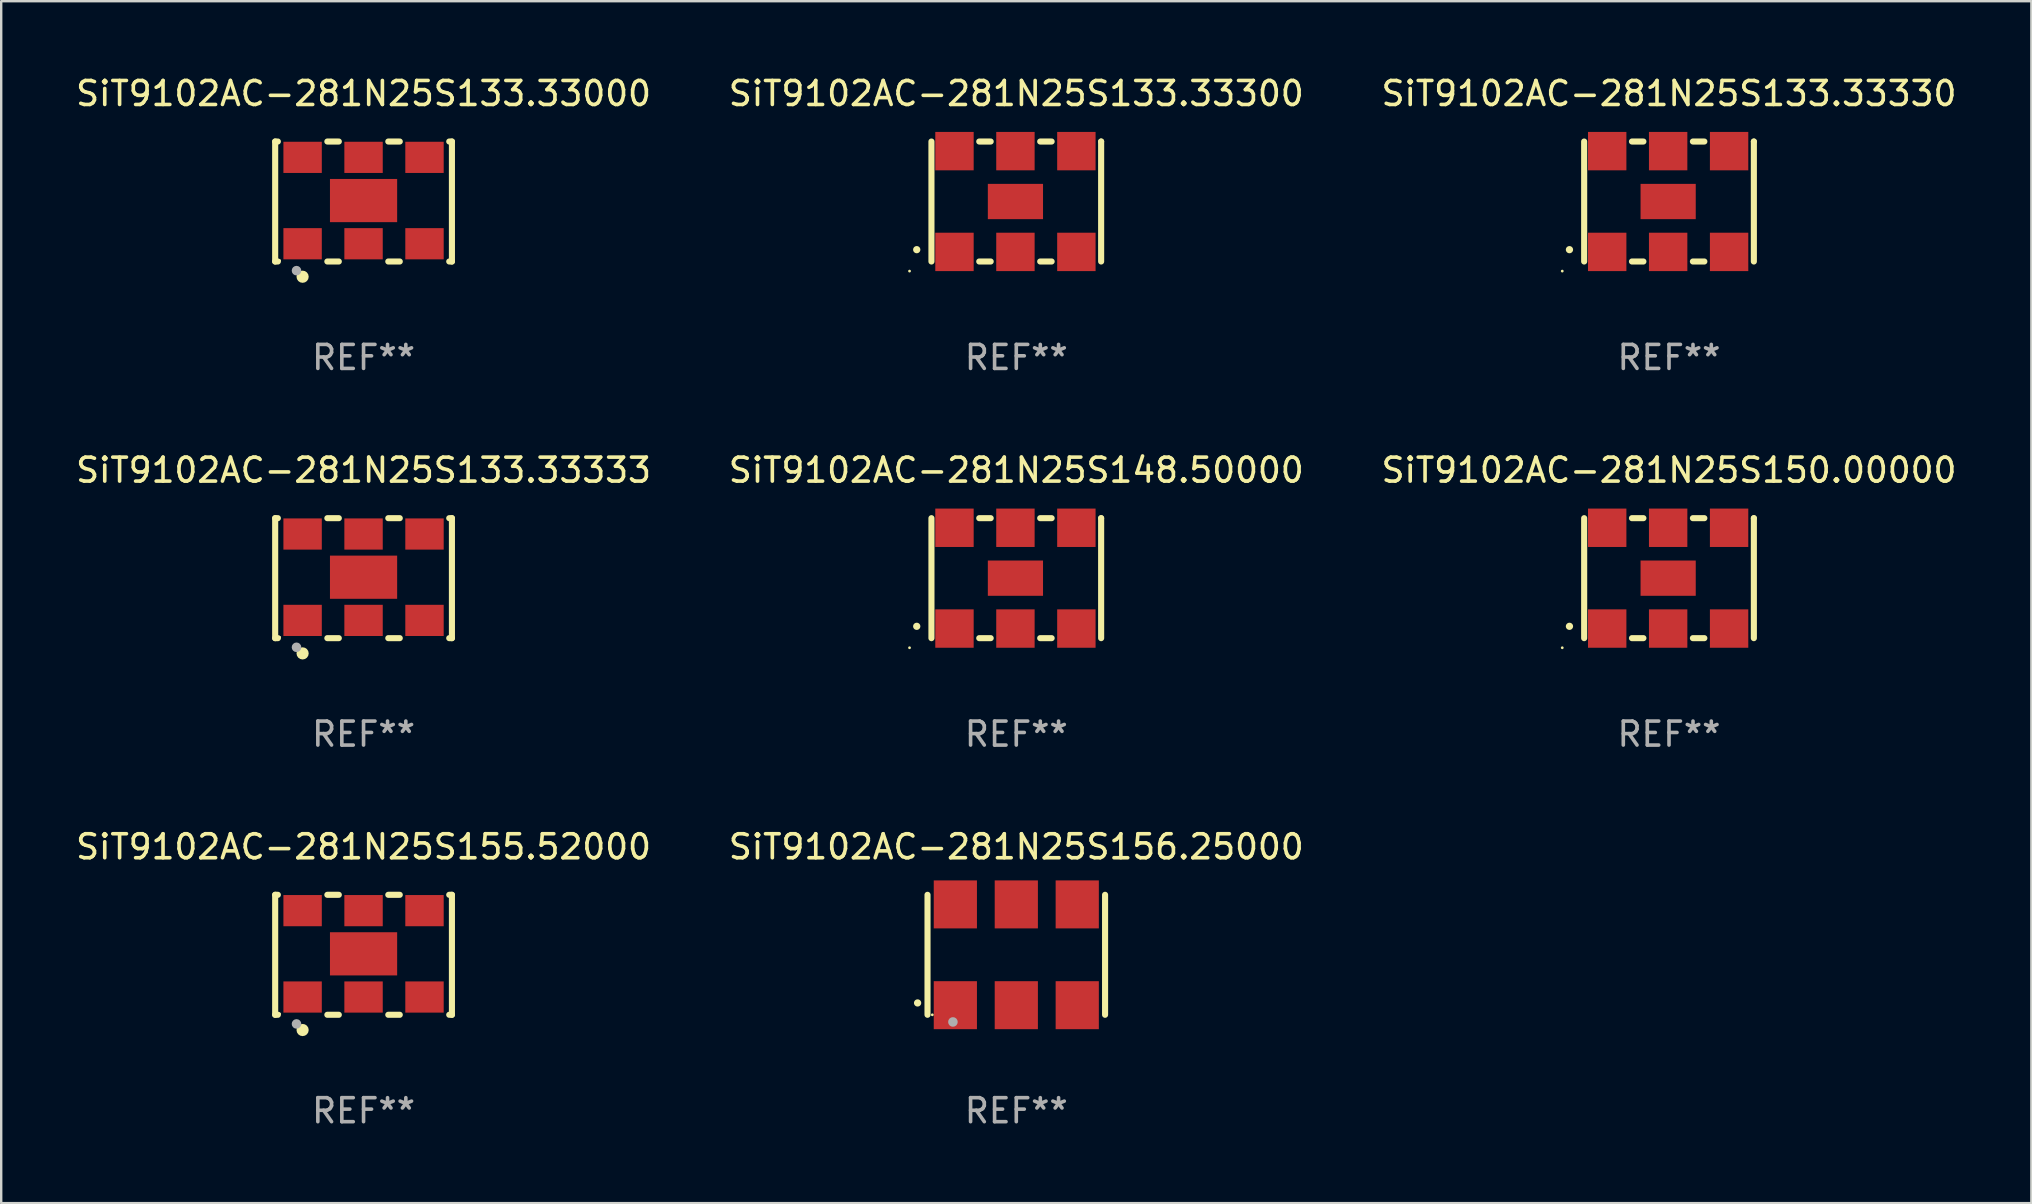
<source format=kicad_pcb>
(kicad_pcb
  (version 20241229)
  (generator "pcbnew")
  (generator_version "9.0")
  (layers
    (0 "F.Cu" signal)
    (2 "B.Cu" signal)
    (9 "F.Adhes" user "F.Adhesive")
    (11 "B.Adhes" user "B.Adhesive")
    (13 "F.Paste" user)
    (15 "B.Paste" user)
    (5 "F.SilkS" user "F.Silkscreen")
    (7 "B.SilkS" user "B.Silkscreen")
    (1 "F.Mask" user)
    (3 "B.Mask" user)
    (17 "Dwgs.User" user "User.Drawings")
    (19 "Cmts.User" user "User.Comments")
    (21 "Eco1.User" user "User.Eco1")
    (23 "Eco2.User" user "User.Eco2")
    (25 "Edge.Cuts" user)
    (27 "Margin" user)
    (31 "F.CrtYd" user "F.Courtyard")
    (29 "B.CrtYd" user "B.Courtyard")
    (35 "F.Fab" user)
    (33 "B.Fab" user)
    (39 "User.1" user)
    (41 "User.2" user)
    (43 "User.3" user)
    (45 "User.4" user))
  (footprint "SiT9102AC-281N25S148.50000"
    (layer "F.Cu")
    (at 39.304 21.045)
    (property "Reference" "SiT9102AC-281N25S148.50000" (at 0 -4.5 0) (layer "F.SilkS") (effects (font (size 1 1) (thickness 0.15))))
    (attr through_hole)
    (fp_line (start -3.536 -2.5) (end -3.536 2.5) (stroke (width 0.254) (type solid)) (layer "F.SilkS"))
    (fp_line (start -1.544 2.5) (end -1.067 2.5) (stroke (width 0.254) (type solid)) (layer "F.SilkS"))
    (fp_line (start -1.067 -2.5) (end -1.544 -2.5) (stroke (width 0.254) (type solid)) (layer "F.SilkS"))
    (fp_line (start 0.996 2.5) (end 1.473 2.5) (stroke (width 0.254) (type solid)) (layer "F.SilkS"))
    (fp_line (start 1.473 -2.5) (end 0.996 -2.5) (stroke (width 0.254) (type solid)) (layer "F.SilkS"))
    (fp_line (start 3.536 -2.5) (end 3.536 -2.5) (stroke (width 0.254) (type solid)) (layer "F.SilkS"))
    (fp_line (start 3.536 2.5) (end 3.536 -2.5) (stroke (width 0.254) (type solid)) (layer "F.SilkS"))
    (fp_arc (start -4.150432 2.006604) (mid -4.149162 2.006599) (end -4.147892 2.006604) (stroke (width 0.3) (type solid)) (layer "F.SilkS"))
    (fp_circle (center -4.449 2.9) (end -4.419 2.9) (stroke (width 0.06) (type solid)) (fill no) (layer "F.SilkS"))
    (fp_text user "REF**" (at 0 6.5 0) (layer "F.Fab") (effects (font (size 1 1) (thickness 0.15))))
    (pad "1" smd rect (at -2.576 2.1) (size 1.6 1.6) (layers "F.Cu" "F.Mask" "F.Paste"))
    (pad "2" smd rect (at -0.036 2.1) (size 1.6 1.6) (layers "F.Cu" "F.Mask" "F.Paste"))
    (pad "3" smd rect (at 2.504 2.1) (size 1.6 1.6) (layers "F.Cu" "F.Mask" "F.Paste"))
    (pad "4" smd rect (at 2.504 -2.1) (size 1.6 1.6) (layers "F.Cu" "F.Mask" "F.Paste"))
    (pad "5" smd rect (at -0.036 -2.1) (size 1.6 1.6) (layers "F.Cu" "F.Mask" "F.Paste"))
    (pad "6" smd rect (at -2.576 -2.1) (size 1.6 1.6) (layers "F.Cu" "F.Mask" "F.Paste"))
    (pad "7" smd rect (at -0.036 0) (size 2.3 1.47) (layers "F.Cu" "F.Mask" "F.Paste")))
  (footprint "SiT9102AC-281N25S156.25000"
    (layer "F.Cu")
    (at 39.304 36.741)
    (property "Reference" "SiT9102AC-281N25S156.25000" (at 0 -4.5 0) (layer "F.SilkS") (effects (font (size 1 1) (thickness 0.15))))
    (attr through_hole)
    (fp_line (start -3.7 -2.5) (end -3.7 2.5) (stroke (width 0.254) (type solid)) (layer "F.SilkS"))
    (fp_line (start 3.7 -2.5) (end 3.7 2.5) (stroke (width 0.254) (type solid)) (layer "F.SilkS"))
    (fp_arc (start -4.114415 2.006604) (mid -4.113145 2.006599) (end -4.111875 2.006604) (stroke (width 0.3) (type solid)) (layer "F.SilkS"))
    (fp_circle (center -3.5 2.501) (end -3.47 2.501) (stroke (width 0.06) (type solid)) (fill no) (layer "F.SilkS"))
    (fp_circle (center -2.641 2.799) (end -2.541 2.799) (stroke (width 0.2) (type solid)) (fill no) (layer "F.Fab"))
    (fp_text user "REF**" (at 0 6.5 0) (layer "F.Fab") (effects (font (size 1 1) (thickness 0.15))))
    (pad "1" smd rect (at -2.54 2.1) (size 1.8 2) (layers "F.Cu" "F.Mask" "F.Paste"))
    (pad "2" smd rect (at 0.000394 2.1) (size 1.8 2) (layers "F.Cu" "F.Mask" "F.Paste"))
    (pad "3" smd rect (at 2.54 2.1) (size 1.8 2) (layers "F.Cu" "F.Mask" "F.Paste"))
    (pad "4" smd rect (at 2.54 -2.1) (size 1.8 2) (layers "F.Cu" "F.Mask" "F.Paste"))
    (pad "5" smd rect (at 0.000394 -2.1) (size 1.8 2) (layers "F.Cu" "F.Mask" "F.Paste"))
    (pad "6" smd rect (at -2.54 -2.1) (size 1.8 2) (layers "F.Cu" "F.Mask" "F.Paste")))
  (footprint "SiT9102AC-281N25S155.52000"
    (layer "F.Cu")
    (at 12.101 36.741)
    (property "Reference" "SiT9102AC-281N25S155.52000" (at 0 -4.5 0) (layer "F.SilkS") (effects (font (size 1 1) (thickness 0.15))))
    (attr through_hole)
    (fp_line (start -3.683 -2.5) (end -3.571 -2.5) (stroke (width 0.254) (type solid)) (layer "F.SilkS"))
    (fp_line (start -3.683 2.5) (end -3.683 -2.5) (stroke (width 0.254) (type solid)) (layer "F.SilkS"))
    (fp_line (start -3.683 2.5) (end -3.571 2.5) (stroke (width 0.254) (type solid)) (layer "F.SilkS"))
    (fp_line (start -1.509 -2.5) (end -1.031 -2.5) (stroke (width 0.254) (type solid)) (layer "F.SilkS"))
    (fp_line (start -1.509 2.5) (end -1.031 2.5) (stroke (width 0.254) (type solid)) (layer "F.SilkS"))
    (fp_line (start 1.031 -2.5) (end 1.509 -2.5) (stroke (width 0.254) (type solid)) (layer "F.SilkS"))
    (fp_line (start 1.031 2.5) (end 1.509 2.5) (stroke (width 0.254) (type solid)) (layer "F.SilkS"))
    (fp_line (start 3.571 -2.5) (end 3.683 -2.5) (stroke (width 0.254) (type solid)) (layer "F.SilkS"))
    (fp_line (start 3.571 2.5) (end 3.683 2.5) (stroke (width 0.254) (type solid)) (layer "F.SilkS"))
    (fp_line (start 3.683 2.5) (end 3.683 -2.5) (stroke (width 0.254) (type solid)) (layer "F.SilkS"))
    (fp_circle (center -3.5 2.46) (end -3.47 2.46) (stroke (width 0.06) (type solid)) (fill no) (layer "F.SilkS"))
    (fp_circle (center -2.54 3.135) (end -2.413 3.135) (stroke (width 0.254) (type solid)) (fill no) (layer "F.SilkS"))
    (fp_circle (center -2.794 2.881) (end -2.694 2.881) (stroke (width 0.2) (type solid)) (fill no) (layer "F.Fab"))
    (fp_text user "REF**" (at 0 6.5 0) (layer "F.Fab") (effects (font (size 1 1) (thickness 0.15))))
    (pad "1" smd rect (at -2.54 1.76) (size 1.6 1.3) (layers "F.Cu" "F.Mask" "F.Paste"))
    (pad "2" smd rect (at 0 1.76) (size 1.6 1.3) (layers "F.Cu" "F.Mask" "F.Paste"))
    (pad "3" smd rect (at 2.54 1.76) (size 1.6 1.3) (layers "F.Cu" "F.Mask" "F.Paste"))
    (pad "4" smd rect (at 2.54 -1.84) (size 1.6 1.3) (layers "F.Cu" "F.Mask" "F.Paste"))
    (pad "5" smd rect (at 0 -1.84) (size 1.6 1.3) (layers "F.Cu" "F.Mask" "F.Paste"))
    (pad "6" smd rect (at -2.54 -1.84) (size 1.6 1.3) (layers "F.Cu" "F.Mask" "F.Paste"))
    (pad "7" smd rect (at 0 -0.04) (size 2.8 1.8) (layers "F.Cu" "F.Mask" "F.Paste")))
  (footprint "SiT9102AC-281N25S133.33330"
    (layer "F.Cu")
    (at 66.506 5.348)
    (property "Reference" "SiT9102AC-281N25S133.33330" (at 0 -4.5 0) (layer "F.SilkS") (effects (font (size 1 1) (thickness 0.15))))
    (attr through_hole)
    (fp_line (start -3.536 -2.5) (end -3.536 2.5) (stroke (width 0.254) (type solid)) (layer "F.SilkS"))
    (fp_line (start -1.544 2.5) (end -1.067 2.5) (stroke (width 0.254) (type solid)) (layer "F.SilkS"))
    (fp_line (start -1.067 -2.5) (end -1.544 -2.5) (stroke (width 0.254) (type solid)) (layer "F.SilkS"))
    (fp_line (start 0.996 2.5) (end 1.473 2.5) (stroke (width 0.254) (type solid)) (layer "F.SilkS"))
    (fp_line (start 1.473 -2.5) (end 0.996 -2.5) (stroke (width 0.254) (type solid)) (layer "F.SilkS"))
    (fp_line (start 3.536 -2.5) (end 3.536 -2.5) (stroke (width 0.254) (type solid)) (layer "F.SilkS"))
    (fp_line (start 3.536 2.5) (end 3.536 -2.5) (stroke (width 0.254) (type solid)) (layer "F.SilkS"))
    (fp_arc (start -4.150432 2.006604) (mid -4.149162 2.006599) (end -4.147892 2.006604) (stroke (width 0.3) (type solid)) (layer "F.SilkS"))
    (fp_circle (center -4.449 2.9) (end -4.419 2.9) (stroke (width 0.06) (type solid)) (fill no) (layer "F.SilkS"))
    (fp_text user "REF**" (at 0 6.5 0) (layer "F.Fab") (effects (font (size 1 1) (thickness 0.15))))
    (pad "1" smd rect (at -2.576 2.1) (size 1.6 1.6) (layers "F.Cu" "F.Mask" "F.Paste"))
    (pad "2" smd rect (at -0.036 2.1) (size 1.6 1.6) (layers "F.Cu" "F.Mask" "F.Paste"))
    (pad "3" smd rect (at 2.504 2.1) (size 1.6 1.6) (layers "F.Cu" "F.Mask" "F.Paste"))
    (pad "4" smd rect (at 2.504 -2.1) (size 1.6 1.6) (layers "F.Cu" "F.Mask" "F.Paste"))
    (pad "5" smd rect (at -0.036 -2.1) (size 1.6 1.6) (layers "F.Cu" "F.Mask" "F.Paste"))
    (pad "6" smd rect (at -2.576 -2.1) (size 1.6 1.6) (layers "F.Cu" "F.Mask" "F.Paste"))
    (pad "7" smd rect (at -0.036 0) (size 2.3 1.47) (layers "F.Cu" "F.Mask" "F.Paste")))
  (footprint "SiT9102AC-281N25S133.33000"
    (layer "F.Cu")
    (at 12.101 5.348)
    (property "Reference" "SiT9102AC-281N25S133.33000" (at 0 -4.5 0) (layer "F.SilkS") (effects (font (size 1 1) (thickness 0.15))))
    (attr through_hole)
    (fp_line (start -3.683 -2.5) (end -3.571 -2.5) (stroke (width 0.254) (type solid)) (layer "F.SilkS"))
    (fp_line (start -3.683 2.5) (end -3.683 -2.5) (stroke (width 0.254) (type solid)) (layer "F.SilkS"))
    (fp_line (start -3.683 2.5) (end -3.571 2.5) (stroke (width 0.254) (type solid)) (layer "F.SilkS"))
    (fp_line (start -1.509 -2.5) (end -1.031 -2.5) (stroke (width 0.254) (type solid)) (layer "F.SilkS"))
    (fp_line (start -1.509 2.5) (end -1.031 2.5) (stroke (width 0.254) (type solid)) (layer "F.SilkS"))
    (fp_line (start 1.031 -2.5) (end 1.509 -2.5) (stroke (width 0.254) (type solid)) (layer "F.SilkS"))
    (fp_line (start 1.031 2.5) (end 1.509 2.5) (stroke (width 0.254) (type solid)) (layer "F.SilkS"))
    (fp_line (start 3.571 -2.5) (end 3.683 -2.5) (stroke (width 0.254) (type solid)) (layer "F.SilkS"))
    (fp_line (start 3.571 2.5) (end 3.683 2.5) (stroke (width 0.254) (type solid)) (layer "F.SilkS"))
    (fp_line (start 3.683 2.5) (end 3.683 -2.5) (stroke (width 0.254) (type solid)) (layer "F.SilkS"))
    (fp_circle (center -3.5 2.46) (end -3.47 2.46) (stroke (width 0.06) (type solid)) (fill no) (layer "F.SilkS"))
    (fp_circle (center -2.54 3.135) (end -2.413 3.135) (stroke (width 0.254) (type solid)) (fill no) (layer "F.SilkS"))
    (fp_circle (center -2.794 2.881) (end -2.694 2.881) (stroke (width 0.2) (type solid)) (fill no) (layer "F.Fab"))
    (fp_text user "REF**" (at 0 6.5 0) (layer "F.Fab") (effects (font (size 1 1) (thickness 0.15))))
    (pad "1" smd rect (at -2.54 1.76) (size 1.6 1.3) (layers "F.Cu" "F.Mask" "F.Paste"))
    (pad "2" smd rect (at 0 1.76) (size 1.6 1.3) (layers "F.Cu" "F.Mask" "F.Paste"))
    (pad "3" smd rect (at 2.54 1.76) (size 1.6 1.3) (layers "F.Cu" "F.Mask" "F.Paste"))
    (pad "4" smd rect (at 2.54 -1.84) (size 1.6 1.3) (layers "F.Cu" "F.Mask" "F.Paste"))
    (pad "5" smd rect (at 0 -1.84) (size 1.6 1.3) (layers "F.Cu" "F.Mask" "F.Paste"))
    (pad "6" smd rect (at -2.54 -1.84) (size 1.6 1.3) (layers "F.Cu" "F.Mask" "F.Paste"))
    (pad "7" smd rect (at 0 -0.04) (size 2.8 1.8) (layers "F.Cu" "F.Mask" "F.Paste")))
  (footprint "SiT9102AC-281N25S133.33300"
    (layer "F.Cu")
    (at 39.304 5.348)
    (property "Reference" "SiT9102AC-281N25S133.33300" (at 0 -4.5 0) (layer "F.SilkS") (effects (font (size 1 1) (thickness 0.15))))
    (attr through_hole)
    (fp_line (start -3.536 -2.5) (end -3.536 2.5) (stroke (width 0.254) (type solid)) (layer "F.SilkS"))
    (fp_line (start -1.544 2.5) (end -1.067 2.5) (stroke (width 0.254) (type solid)) (layer "F.SilkS"))
    (fp_line (start -1.067 -2.5) (end -1.544 -2.5) (stroke (width 0.254) (type solid)) (layer "F.SilkS"))
    (fp_line (start 0.996 2.5) (end 1.473 2.5) (stroke (width 0.254) (type solid)) (layer "F.SilkS"))
    (fp_line (start 1.473 -2.5) (end 0.996 -2.5) (stroke (width 0.254) (type solid)) (layer "F.SilkS"))
    (fp_line (start 3.536 -2.5) (end 3.536 -2.5) (stroke (width 0.254) (type solid)) (layer "F.SilkS"))
    (fp_line (start 3.536 2.5) (end 3.536 -2.5) (stroke (width 0.254) (type solid)) (layer "F.SilkS"))
    (fp_arc (start -4.150432 2.006604) (mid -4.149162 2.006599) (end -4.147892 2.006604) (stroke (width 0.3) (type solid)) (layer "F.SilkS"))
    (fp_circle (center -4.449 2.9) (end -4.419 2.9) (stroke (width 0.06) (type solid)) (fill no) (layer "F.SilkS"))
    (fp_text user "REF**" (at 0 6.5 0) (layer "F.Fab") (effects (font (size 1 1) (thickness 0.15))))
    (pad "1" smd rect (at -2.576 2.1) (size 1.6 1.6) (layers "F.Cu" "F.Mask" "F.Paste"))
    (pad "2" smd rect (at -0.036 2.1) (size 1.6 1.6) (layers "F.Cu" "F.Mask" "F.Paste"))
    (pad "3" smd rect (at 2.504 2.1) (size 1.6 1.6) (layers "F.Cu" "F.Mask" "F.Paste"))
    (pad "4" smd rect (at 2.504 -2.1) (size 1.6 1.6) (layers "F.Cu" "F.Mask" "F.Paste"))
    (pad "5" smd rect (at -0.036 -2.1) (size 1.6 1.6) (layers "F.Cu" "F.Mask" "F.Paste"))
    (pad "6" smd rect (at -2.576 -2.1) (size 1.6 1.6) (layers "F.Cu" "F.Mask" "F.Paste"))
    (pad "7" smd rect (at -0.036 0) (size 2.3 1.47) (layers "F.Cu" "F.Mask" "F.Paste")))
  (footprint "SiT9102AC-281N25S133.33333"
    (layer "F.Cu")
    (at 12.101 21.045)
    (property "Reference" "SiT9102AC-281N25S133.33333" (at 0 -4.5 0) (layer "F.SilkS") (effects (font (size 1 1) (thickness 0.15))))
    (attr through_hole)
    (fp_line (start -3.683 -2.5) (end -3.571 -2.5) (stroke (width 0.254) (type solid)) (layer "F.SilkS"))
    (fp_line (start -3.683 2.5) (end -3.683 -2.5) (stroke (width 0.254) (type solid)) (layer "F.SilkS"))
    (fp_line (start -3.683 2.5) (end -3.571 2.5) (stroke (width 0.254) (type solid)) (layer "F.SilkS"))
    (fp_line (start -1.509 -2.5) (end -1.031 -2.5) (stroke (width 0.254) (type solid)) (layer "F.SilkS"))
    (fp_line (start -1.509 2.5) (end -1.031 2.5) (stroke (width 0.254) (type solid)) (layer "F.SilkS"))
    (fp_line (start 1.031 -2.5) (end 1.509 -2.5) (stroke (width 0.254) (type solid)) (layer "F.SilkS"))
    (fp_line (start 1.031 2.5) (end 1.509 2.5) (stroke (width 0.254) (type solid)) (layer "F.SilkS"))
    (fp_line (start 3.571 -2.5) (end 3.683 -2.5) (stroke (width 0.254) (type solid)) (layer "F.SilkS"))
    (fp_line (start 3.571 2.5) (end 3.683 2.5) (stroke (width 0.254) (type solid)) (layer "F.SilkS"))
    (fp_line (start 3.683 2.5) (end 3.683 -2.5) (stroke (width 0.254) (type solid)) (layer "F.SilkS"))
    (fp_circle (center -3.5 2.46) (end -3.47 2.46) (stroke (width 0.06) (type solid)) (fill no) (layer "F.SilkS"))
    (fp_circle (center -2.54 3.135) (end -2.413 3.135) (stroke (width 0.254) (type solid)) (fill no) (layer "F.SilkS"))
    (fp_circle (center -2.794 2.881) (end -2.694 2.881) (stroke (width 0.2) (type solid)) (fill no) (layer "F.Fab"))
    (fp_text user "REF**" (at 0 6.5 0) (layer "F.Fab") (effects (font (size 1 1) (thickness 0.15))))
    (pad "1" smd rect (at -2.54 1.76) (size 1.6 1.3) (layers "F.Cu" "F.Mask" "F.Paste"))
    (pad "2" smd rect (at 0 1.76) (size 1.6 1.3) (layers "F.Cu" "F.Mask" "F.Paste"))
    (pad "3" smd rect (at 2.54 1.76) (size 1.6 1.3) (layers "F.Cu" "F.Mask" "F.Paste"))
    (pad "4" smd rect (at 2.54 -1.84) (size 1.6 1.3) (layers "F.Cu" "F.Mask" "F.Paste"))
    (pad "5" smd rect (at 0 -1.84) (size 1.6 1.3) (layers "F.Cu" "F.Mask" "F.Paste"))
    (pad "6" smd rect (at -2.54 -1.84) (size 1.6 1.3) (layers "F.Cu" "F.Mask" "F.Paste"))
    (pad "7" smd rect (at 0 -0.04) (size 2.8 1.8) (layers "F.Cu" "F.Mask" "F.Paste")))
  (footprint "SiT9102AC-281N25S150.00000"
    (layer "F.Cu")
    (at 66.506 21.045)
    (property "Reference" "SiT9102AC-281N25S150.00000" (at 0 -4.5 0) (layer "F.SilkS") (effects (font (size 1 1) (thickness 0.15))))
    (attr through_hole)
    (fp_line (start -3.536 -2.5) (end -3.536 2.5) (stroke (width 0.254) (type solid)) (layer "F.SilkS"))
    (fp_line (start -1.544 2.5) (end -1.067 2.5) (stroke (width 0.254) (type solid)) (layer "F.SilkS"))
    (fp_line (start -1.067 -2.5) (end -1.544 -2.5) (stroke (width 0.254) (type solid)) (layer "F.SilkS"))
    (fp_line (start 0.996 2.5) (end 1.473 2.5) (stroke (width 0.254) (type solid)) (layer "F.SilkS"))
    (fp_line (start 1.473 -2.5) (end 0.996 -2.5) (stroke (width 0.254) (type solid)) (layer "F.SilkS"))
    (fp_line (start 3.536 -2.5) (end 3.536 -2.5) (stroke (width 0.254) (type solid)) (layer "F.SilkS"))
    (fp_line (start 3.536 2.5) (end 3.536 -2.5) (stroke (width 0.254) (type solid)) (layer "F.SilkS"))
    (fp_arc (start -4.150432 2.006604) (mid -4.149162 2.006599) (end -4.147892 2.006604) (stroke (width 0.3) (type solid)) (layer "F.SilkS"))
    (fp_circle (center -4.449 2.9) (end -4.419 2.9) (stroke (width 0.06) (type solid)) (fill no) (layer "F.SilkS"))
    (fp_text user "REF**" (at 0 6.5 0) (layer "F.Fab") (effects (font (size 1 1) (thickness 0.15))))
    (pad "1" smd rect (at -2.576 2.1) (size 1.6 1.6) (layers "F.Cu" "F.Mask" "F.Paste"))
    (pad "2" smd rect (at -0.036 2.1) (size 1.6 1.6) (layers "F.Cu" "F.Mask" "F.Paste"))
    (pad "3" smd rect (at 2.504 2.1) (size 1.6 1.6) (layers "F.Cu" "F.Mask" "F.Paste"))
    (pad "4" smd rect (at 2.504 -2.1) (size 1.6 1.6) (layers "F.Cu" "F.Mask" "F.Paste"))
    (pad "5" smd rect (at -0.036 -2.1) (size 1.6 1.6) (layers "F.Cu" "F.Mask" "F.Paste"))
    (pad "6" smd rect (at -2.576 -2.1) (size 1.6 1.6) (layers "F.Cu" "F.Mask" "F.Paste"))
    (pad "7" smd rect (at -0.036 0) (size 2.3 1.47) (layers "F.Cu" "F.Mask" "F.Paste")))
  (gr_rect
    (start -3 -3)
    (end 81.607 47.09)
    (stroke (width 0.1) (type default))
    (fill no)
    (layer "Edge.Cuts")))
</source>
